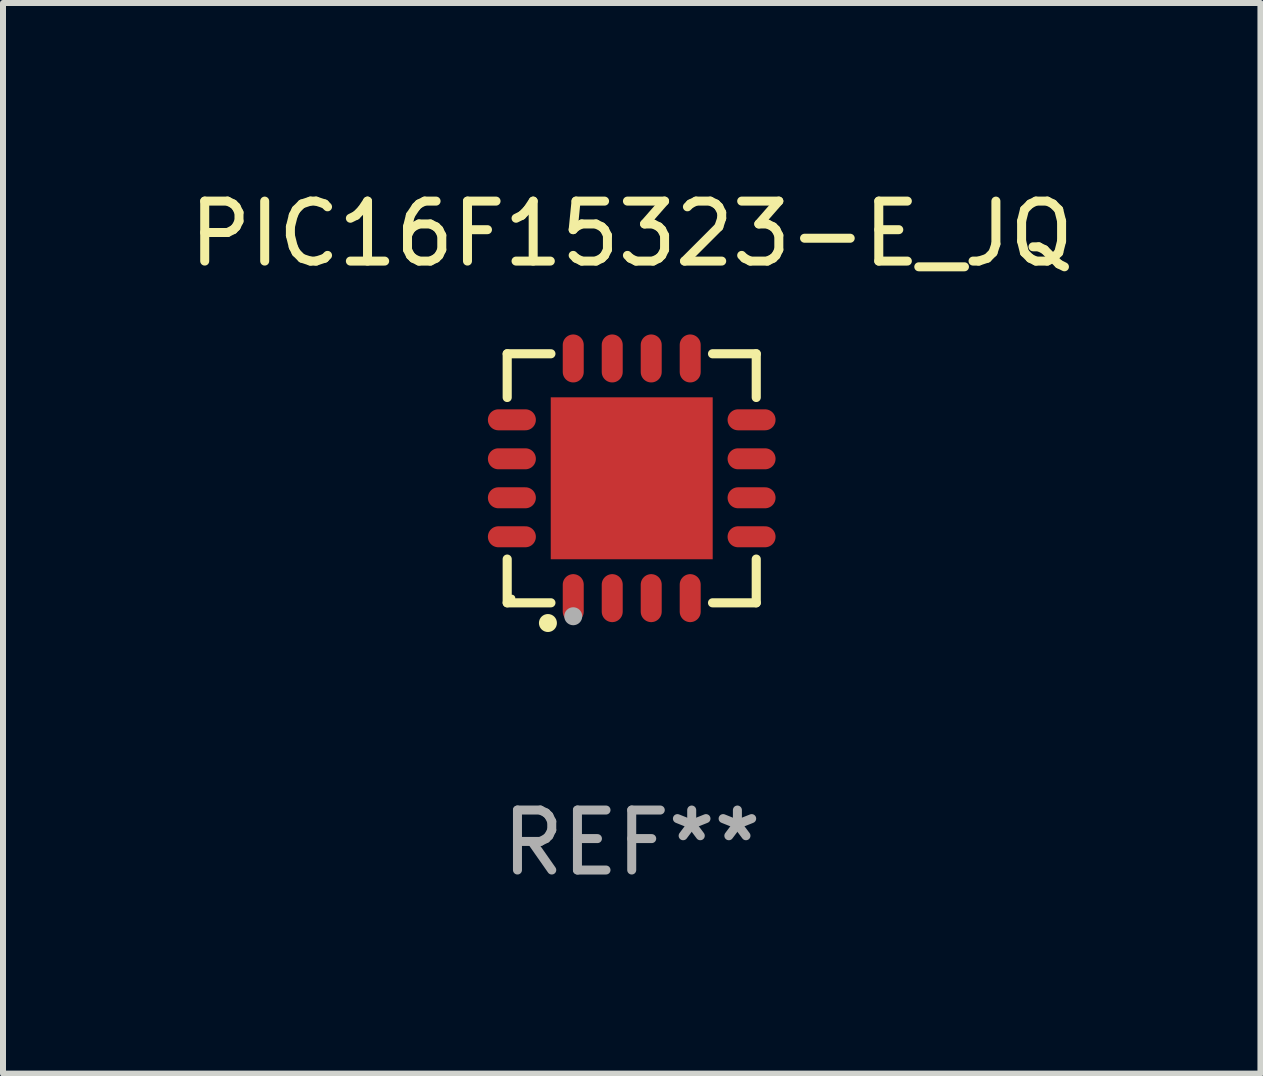
<source format=kicad_pcb>
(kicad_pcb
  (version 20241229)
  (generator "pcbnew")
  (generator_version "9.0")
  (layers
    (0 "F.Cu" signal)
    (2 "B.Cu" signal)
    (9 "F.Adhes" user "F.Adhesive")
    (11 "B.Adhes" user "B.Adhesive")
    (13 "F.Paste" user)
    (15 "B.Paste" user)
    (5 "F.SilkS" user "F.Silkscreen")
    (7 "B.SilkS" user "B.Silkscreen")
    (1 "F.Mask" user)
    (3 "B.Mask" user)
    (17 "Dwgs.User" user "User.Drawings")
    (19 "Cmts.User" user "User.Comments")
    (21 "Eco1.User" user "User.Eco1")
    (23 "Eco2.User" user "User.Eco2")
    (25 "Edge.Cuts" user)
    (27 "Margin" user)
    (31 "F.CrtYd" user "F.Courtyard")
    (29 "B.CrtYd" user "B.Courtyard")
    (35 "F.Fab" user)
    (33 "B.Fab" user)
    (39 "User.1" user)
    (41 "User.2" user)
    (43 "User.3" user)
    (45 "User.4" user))
  (footprint "PIC16F15323-E_JQ"
    (layer "F.Cu")
    (at 7.482 4.924)
    (property "Reference" "PIC16F15323-E_JQ" (at 0 -4.076 0) (layer "F.SilkS") (effects (font (size 1 1) (thickness 0.15))))
    (attr through_hole)
    (fp_line (start -2.076 -2.076) (end -1.347 -2.076) (stroke (width 0.152) (type solid)) (layer "F.SilkS"))
    (fp_line (start -2.076 -1.347) (end -2.076 -2.076) (stroke (width 0.152) (type solid)) (layer "F.SilkS"))
    (fp_line (start -2.076 1.347) (end -2.076 2.076) (stroke (width 0.152) (type solid)) (layer "F.SilkS"))
    (fp_line (start -2.076 2.076) (end -1.347 2.076) (stroke (width 0.152) (type solid)) (layer "F.SilkS"))
    (fp_line (start 2.076 -2.076) (end 1.347 -2.076) (stroke (width 0.152) (type solid)) (layer "F.SilkS"))
    (fp_line (start 2.076 -1.347) (end 2.076 -2.076) (stroke (width 0.152) (type solid)) (layer "F.SilkS"))
    (fp_line (start 2.076 1.347) (end 2.076 2.076) (stroke (width 0.152) (type solid)) (layer "F.SilkS"))
    (fp_line (start 2.076 2.076) (end 1.347 2.076) (stroke (width 0.152) (type solid)) (layer "F.SilkS"))
    (fp_circle (center -2 2) (end -1.97 2) (stroke (width 0.06) (type solid)) (fill no) (layer "F.SilkS"))
    (fp_circle (center -1.397 2.413) (end -1.322 2.413) (stroke (width 0.15) (type solid)) (fill no) (layer "F.SilkS"))
    (fp_circle (center -0.975 2.3) (end -0.9 2.3) (stroke (width 0.15) (type solid)) (fill no) (layer "F.Fab"))
    (fp_text user "REF**" (at 0 6.076 0) (layer "F.Fab") (effects (font (size 1 1) (thickness 0.15))))
    (pad "1" smd oval (at -0.975 1.998) (size 0.35 0.8) (layers "F.Cu" "F.Mask" "F.Paste"))
    (pad "2" smd oval (at -0.325 1.998) (size 0.35 0.8) (layers "F.Cu" "F.Mask" "F.Paste"))
    (pad "3" smd oval (at 0.325 1.998) (size 0.35 0.8) (layers "F.Cu" "F.Mask" "F.Paste"))
    (pad "4" smd oval (at 0.975 1.998) (size 0.35 0.8) (layers "F.Cu" "F.Mask" "F.Paste"))
    (pad "5" smd oval (at 1.998 0.975) (size 0.8 0.35) (layers "F.Cu" "F.Mask" "F.Paste"))
    (pad "6" smd oval (at 1.998 0.325) (size 0.8 0.35) (layers "F.Cu" "F.Mask" "F.Paste"))
    (pad "7" smd oval (at 1.998 -0.325) (size 0.8 0.35) (layers "F.Cu" "F.Mask" "F.Paste"))
    (pad "8" smd oval (at 1.998 -0.975) (size 0.8 0.35) (layers "F.Cu" "F.Mask" "F.Paste"))
    (pad "9" smd oval (at 0.975 -1.998) (size 0.35 0.8) (layers "F.Cu" "F.Mask" "F.Paste"))
    (pad "10" smd oval (at 0.325 -1.998) (size 0.35 0.8) (layers "F.Cu" "F.Mask" "F.Paste"))
    (pad "11" smd oval (at -0.325 -1.998) (size 0.35 0.8) (layers "F.Cu" "F.Mask" "F.Paste"))
    (pad "12" smd oval (at -0.975 -1.998) (size 0.35 0.8) (layers "F.Cu" "F.Mask" "F.Paste"))
    (pad "13" smd oval (at -1.998 -0.975) (size 0.8 0.35) (layers "F.Cu" "F.Mask" "F.Paste"))
    (pad "14" smd oval (at -1.998 -0.325) (size 0.8 0.35) (layers "F.Cu" "F.Mask" "F.Paste"))
    (pad "15" smd oval (at -1.998 0.325) (size 0.8 0.35) (layers "F.Cu" "F.Mask" "F.Paste"))
    (pad "16" smd oval (at -1.998 0.975) (size 0.8 0.35) (layers "F.Cu" "F.Mask" "F.Paste"))
    (pad "17" smd rect (at 0 0) (size 2.7 2.7) (layers "F.Cu" "F.Mask" "F.Paste")))
  (gr_rect
    (start -3 -3)
    (end 17.964 14.849)
    (stroke (width 0.1) (type default))
    (fill no)
    (layer "Edge.Cuts")))
</source>
